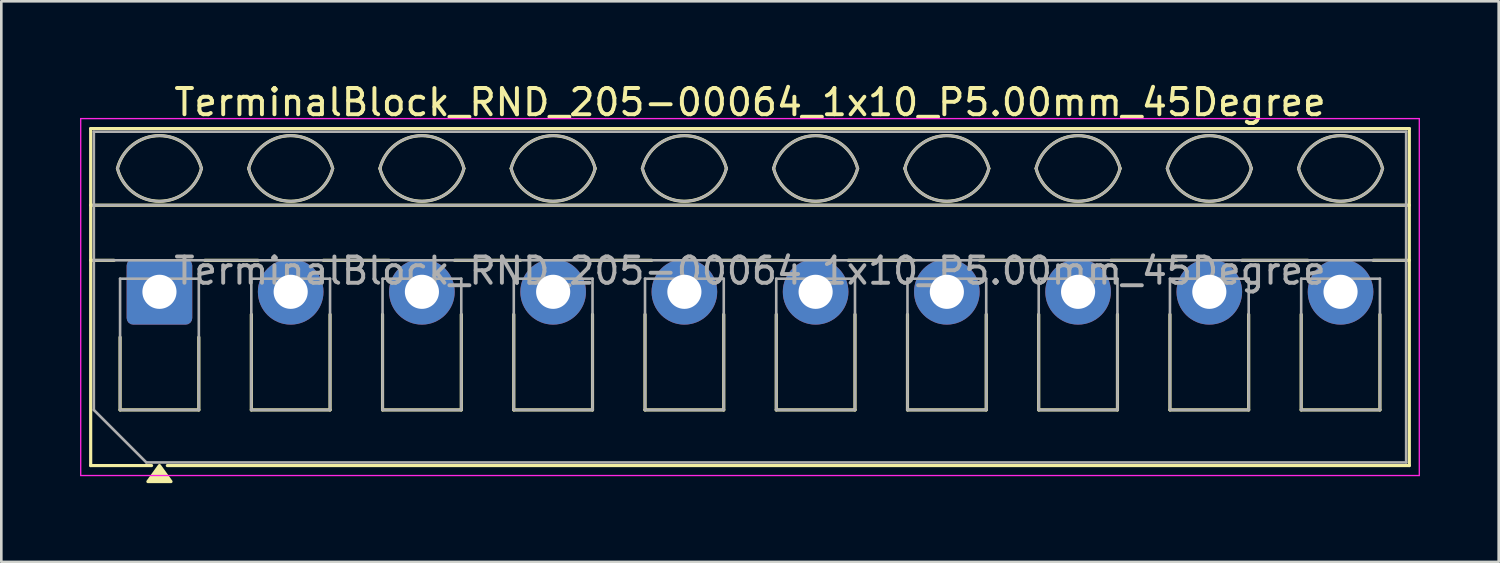
<source format=kicad_pcb>
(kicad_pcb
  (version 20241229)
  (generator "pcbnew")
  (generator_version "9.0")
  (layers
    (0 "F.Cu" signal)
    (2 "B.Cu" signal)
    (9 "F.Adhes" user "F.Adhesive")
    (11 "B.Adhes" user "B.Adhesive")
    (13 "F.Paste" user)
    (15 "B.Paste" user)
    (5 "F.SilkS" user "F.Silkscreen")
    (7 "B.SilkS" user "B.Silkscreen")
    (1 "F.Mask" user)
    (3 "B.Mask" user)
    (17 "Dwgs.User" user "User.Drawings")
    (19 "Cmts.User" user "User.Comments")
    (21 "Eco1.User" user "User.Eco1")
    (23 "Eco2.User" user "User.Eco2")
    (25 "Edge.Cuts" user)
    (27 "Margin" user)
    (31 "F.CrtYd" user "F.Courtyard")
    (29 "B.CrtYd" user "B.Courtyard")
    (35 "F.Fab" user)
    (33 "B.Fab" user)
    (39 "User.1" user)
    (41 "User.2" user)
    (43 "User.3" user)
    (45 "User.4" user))
  (footprint "TerminalBlock_RND_205-00064_1x10_P5.00mm_45Degree"
    (layer "F.Cu")
    (at 3.025 8.068)
    (property "Reference" "TerminalBlock_RND_205-00064_1x10_P5.00mm_45Degree" (at 22.5 -7.22 0) (layer "F.SilkS") (effects (font (size 1 1) (thickness 0.15))))
    (attr through_hole)
    (fp_line (start -2.62 -6.22) (end 47.62 -6.22) (stroke (width 0.12) (type solid)) (layer "F.SilkS"))
    (fp_line (start -2.62 -3.3) (end 47.62 -3.3) (stroke (width 0.12) (type solid)) (layer "F.SilkS"))
    (fp_line (start -2.62 -1.2) (end -1.73 -1.2) (stroke (width 0.12) (type solid)) (layer "F.SilkS"))
    (fp_line (start -2.62 6.62) (end -2.62 -6.22) (stroke (width 0.12) (type solid)) (layer "F.SilkS"))
    (fp_line (start -1.5 4.5) (end -1.5 1.73) (stroke (width 0.12) (type solid)) (layer "F.SilkS"))
    (fp_line (start -0.3 6.62) (end -2.62 6.62) (stroke (width 0.12) (type solid)) (layer "F.SilkS"))
    (fp_line (start 1.5 1.73) (end 1.5 4.5) (stroke (width 0.12) (type solid)) (layer "F.SilkS"))
    (fp_line (start 1.5 4.5) (end -1.5 4.5) (stroke (width 0.12) (type solid)) (layer "F.SilkS"))
    (fp_line (start 1.73 -1.2) (end 3.754 -1.2) (stroke (width 0.12) (type solid)) (layer "F.SilkS"))
    (fp_line (start 3.5 4.5) (end 3.5 0.862) (stroke (width 0.12) (type solid)) (layer "F.SilkS"))
    (fp_line (start 6.246 -1.2) (end 8.754 -1.2) (stroke (width 0.12) (type solid)) (layer "F.SilkS"))
    (fp_line (start 6.5 0.862) (end 6.5 4.5) (stroke (width 0.12) (type solid)) (layer "F.SilkS"))
    (fp_line (start 6.5 4.5) (end 3.5 4.5) (stroke (width 0.12) (type solid)) (layer "F.SilkS"))
    (fp_line (start 8.5 4.5) (end 8.5 0.862) (stroke (width 0.12) (type solid)) (layer "F.SilkS"))
    (fp_line (start 11.246 -1.2) (end 13.754 -1.2) (stroke (width 0.12) (type solid)) (layer "F.SilkS"))
    (fp_line (start 11.5 0.862) (end 11.5 4.5) (stroke (width 0.12) (type solid)) (layer "F.SilkS"))
    (fp_line (start 11.5 4.5) (end 8.5 4.5) (stroke (width 0.12) (type solid)) (layer "F.SilkS"))
    (fp_line (start 13.5 4.5) (end 13.5 0.862) (stroke (width 0.12) (type solid)) (layer "F.SilkS"))
    (fp_line (start 16.246 -1.2) (end 18.754 -1.2) (stroke (width 0.12) (type solid)) (layer "F.SilkS"))
    (fp_line (start 16.5 0.862) (end 16.5 4.5) (stroke (width 0.12) (type solid)) (layer "F.SilkS"))
    (fp_line (start 16.5 4.5) (end 13.5 4.5) (stroke (width 0.12) (type solid)) (layer "F.SilkS"))
    (fp_line (start 18.5 4.5) (end 18.5 0.862) (stroke (width 0.12) (type solid)) (layer "F.SilkS"))
    (fp_line (start 21.246 -1.2) (end 23.754 -1.2) (stroke (width 0.12) (type solid)) (layer "F.SilkS"))
    (fp_line (start 21.5 0.862) (end 21.5 4.5) (stroke (width 0.12) (type solid)) (layer "F.SilkS"))
    (fp_line (start 21.5 4.5) (end 18.5 4.5) (stroke (width 0.12) (type solid)) (layer "F.SilkS"))
    (fp_line (start 23.5 4.5) (end 23.5 0.862) (stroke (width 0.12) (type solid)) (layer "F.SilkS"))
    (fp_line (start 26.246 -1.2) (end 28.754 -1.2) (stroke (width 0.12) (type solid)) (layer "F.SilkS"))
    (fp_line (start 26.5 0.862) (end 26.5 4.5) (stroke (width 0.12) (type solid)) (layer "F.SilkS"))
    (fp_line (start 26.5 4.5) (end 23.5 4.5) (stroke (width 0.12) (type solid)) (layer "F.SilkS"))
    (fp_line (start 28.5 4.5) (end 28.5 0.862) (stroke (width 0.12) (type solid)) (layer "F.SilkS"))
    (fp_line (start 31.246 -1.2) (end 33.754 -1.2) (stroke (width 0.12) (type solid)) (layer "F.SilkS"))
    (fp_line (start 31.5 0.862) (end 31.5 4.5) (stroke (width 0.12) (type solid)) (layer "F.SilkS"))
    (fp_line (start 31.5 4.5) (end 28.5 4.5) (stroke (width 0.12) (type solid)) (layer "F.SilkS"))
    (fp_line (start 33.5 4.5) (end 33.5 0.862) (stroke (width 0.12) (type solid)) (layer "F.SilkS"))
    (fp_line (start 36.246 -1.2) (end 38.754 -1.2) (stroke (width 0.12) (type solid)) (layer "F.SilkS"))
    (fp_line (start 36.5 0.862) (end 36.5 4.5) (stroke (width 0.12) (type solid)) (layer "F.SilkS"))
    (fp_line (start 36.5 4.5) (end 33.5 4.5) (stroke (width 0.12) (type solid)) (layer "F.SilkS"))
    (fp_line (start 38.5 4.5) (end 38.5 0.862) (stroke (width 0.12) (type solid)) (layer "F.SilkS"))
    (fp_line (start 41.246 -1.2) (end 43.754 -1.2) (stroke (width 0.12) (type solid)) (layer "F.SilkS"))
    (fp_line (start 41.5 0.862) (end 41.5 4.5) (stroke (width 0.12) (type solid)) (layer "F.SilkS"))
    (fp_line (start 41.5 4.5) (end 38.5 4.5) (stroke (width 0.12) (type solid)) (layer "F.SilkS"))
    (fp_line (start 43.5 4.5) (end 43.5 0.862) (stroke (width 0.12) (type solid)) (layer "F.SilkS"))
    (fp_line (start 46.246 -1.2) (end 47.62 -1.2) (stroke (width 0.12) (type solid)) (layer "F.SilkS"))
    (fp_line (start 46.5 0.862) (end 46.5 4.5) (stroke (width 0.12) (type solid)) (layer "F.SilkS"))
    (fp_line (start 46.5 4.5) (end 43.5 4.5) (stroke (width 0.12) (type solid)) (layer "F.SilkS"))
    (fp_line (start 47.62 -6.22) (end 47.62 6.62) (stroke (width 0.12) (type solid)) (layer "F.SilkS"))
    (fp_line (start 47.62 6.62) (end 0.3 6.62) (stroke (width 0.12) (type solid)) (layer "F.SilkS"))
    (fp_arc (start -1.6 -4.7) (mid 0 -5.95) (end 1.6 -4.7) (stroke (width 0.12) (type solid)) (layer "F.SilkS"))
    (fp_arc (start 1.6 -4.7) (mid 0 -3.45) (end -1.6 -4.7) (stroke (width 0.12) (type solid)) (layer "F.SilkS"))
    (fp_arc (start 3.4 -4.7) (mid 5 -5.95) (end 6.6 -4.7) (stroke (width 0.12) (type solid)) (layer "F.SilkS"))
    (fp_arc (start 6.6 -4.7) (mid 5 -3.45) (end 3.4 -4.7) (stroke (width 0.12) (type solid)) (layer "F.SilkS"))
    (fp_arc (start 8.4 -4.7) (mid 10 -5.95) (end 11.6 -4.7) (stroke (width 0.12) (type solid)) (layer "F.SilkS"))
    (fp_arc (start 11.6 -4.7) (mid 10 -3.45) (end 8.4 -4.7) (stroke (width 0.12) (type solid)) (layer "F.SilkS"))
    (fp_arc (start 13.4 -4.7) (mid 15 -5.95) (end 16.6 -4.7) (stroke (width 0.12) (type solid)) (layer "F.SilkS"))
    (fp_arc (start 16.6 -4.7) (mid 15 -3.45) (end 13.4 -4.7) (stroke (width 0.12) (type solid)) (layer "F.SilkS"))
    (fp_arc (start 18.4 -4.7) (mid 20 -5.95) (end 21.6 -4.7) (stroke (width 0.12) (type solid)) (layer "F.SilkS"))
    (fp_arc (start 21.6 -4.7) (mid 20 -3.45) (end 18.4 -4.7) (stroke (width 0.12) (type solid)) (layer "F.SilkS"))
    (fp_arc (start 23.4 -4.7) (mid 25 -5.95) (end 26.6 -4.7) (stroke (width 0.12) (type solid)) (layer "F.SilkS"))
    (fp_arc (start 26.6 -4.7) (mid 25 -3.45) (end 23.4 -4.7) (stroke (width 0.12) (type solid)) (layer "F.SilkS"))
    (fp_arc (start 28.4 -4.7) (mid 30 -5.95) (end 31.6 -4.7) (stroke (width 0.12) (type solid)) (layer "F.SilkS"))
    (fp_arc (start 31.6 -4.7) (mid 30 -3.45) (end 28.4 -4.7) (stroke (width 0.12) (type solid)) (layer "F.SilkS"))
    (fp_arc (start 33.4 -4.7) (mid 35 -5.95) (end 36.6 -4.7) (stroke (width 0.12) (type solid)) (layer "F.SilkS"))
    (fp_arc (start 36.6 -4.7) (mid 35 -3.45) (end 33.4 -4.7) (stroke (width 0.12) (type solid)) (layer "F.SilkS"))
    (fp_arc (start 38.4 -4.7) (mid 40 -5.95) (end 41.6 -4.7) (stroke (width 0.12) (type solid)) (layer "F.SilkS"))
    (fp_arc (start 41.6 -4.7) (mid 40 -3.45) (end 38.4 -4.7) (stroke (width 0.12) (type solid)) (layer "F.SilkS"))
    (fp_arc (start 43.4 -4.7) (mid 45 -5.95) (end 46.6 -4.7) (stroke (width 0.12) (type solid)) (layer "F.SilkS"))
    (fp_arc (start 46.6 -4.7) (mid 45 -3.45) (end 43.4 -4.7) (stroke (width 0.12) (type solid)) (layer "F.SilkS"))
    (fp_poly (pts (xy 0 6.62) (xy 0.44 7.23) (xy -0.44 7.23)) (stroke (width 0.12) (type solid)) (fill yes) (layer "F.SilkS"))
    (fp_line (start -3 -6.6) (end -3 7) (stroke (width 0.05) (type solid)) (layer "F.CrtYd"))
    (fp_line (start -3 7) (end 48 7) (stroke (width 0.05) (type solid)) (layer "F.CrtYd"))
    (fp_line (start 48 -6.6) (end -3 -6.6) (stroke (width 0.05) (type solid)) (layer "F.CrtYd"))
    (fp_line (start 48 7) (end 48 -6.6) (stroke (width 0.05) (type solid)) (layer "F.CrtYd"))
    (fp_line (start -2.5 -6.1) (end 47.5 -6.1) (stroke (width 0.1) (type solid)) (layer "F.Fab"))
    (fp_line (start -2.5 -3.3) (end 47.5 -3.3) (stroke (width 0.1) (type solid)) (layer "F.Fab"))
    (fp_line (start -2.5 -1.2) (end 47.5 -1.2) (stroke (width 0.1) (type solid)) (layer "F.Fab"))
    (fp_line (start -2.5 4.5) (end -2.5 -6.1) (stroke (width 0.1) (type solid)) (layer "F.Fab"))
    (fp_line (start -1.5 -0.5) (end -1.5 4.5) (stroke (width 0.1) (type solid)) (layer "F.Fab"))
    (fp_line (start -1.5 4.5) (end 1.5 4.5) (stroke (width 0.1) (type solid)) (layer "F.Fab"))
    (fp_line (start -0.5 6.5) (end -2.5 4.5) (stroke (width 0.1) (type solid)) (layer "F.Fab"))
    (fp_line (start 1.5 -0.5) (end -1.5 -0.5) (stroke (width 0.1) (type solid)) (layer "F.Fab"))
    (fp_line (start 1.5 4.5) (end 1.5 -0.5) (stroke (width 0.1) (type solid)) (layer "F.Fab"))
    (fp_line (start 3.5 -0.5) (end 3.5 4.5) (stroke (width 0.1) (type solid)) (layer "F.Fab"))
    (fp_line (start 3.5 4.5) (end 6.5 4.5) (stroke (width 0.1) (type solid)) (layer "F.Fab"))
    (fp_line (start 6.5 -0.5) (end 3.5 -0.5) (stroke (width 0.1) (type solid)) (layer "F.Fab"))
    (fp_line (start 6.5 4.5) (end 6.5 -0.5) (stroke (width 0.1) (type solid)) (layer "F.Fab"))
    (fp_line (start 8.5 -0.5) (end 8.5 4.5) (stroke (width 0.1) (type solid)) (layer "F.Fab"))
    (fp_line (start 8.5 4.5) (end 11.5 4.5) (stroke (width 0.1) (type solid)) (layer "F.Fab"))
    (fp_line (start 11.5 -0.5) (end 8.5 -0.5) (stroke (width 0.1) (type solid)) (layer "F.Fab"))
    (fp_line (start 11.5 4.5) (end 11.5 -0.5) (stroke (width 0.1) (type solid)) (layer "F.Fab"))
    (fp_line (start 13.5 -0.5) (end 13.5 4.5) (stroke (width 0.1) (type solid)) (layer "F.Fab"))
    (fp_line (start 13.5 4.5) (end 16.5 4.5) (stroke (width 0.1) (type solid)) (layer "F.Fab"))
    (fp_line (start 16.5 -0.5) (end 13.5 -0.5) (stroke (width 0.1) (type solid)) (layer "F.Fab"))
    (fp_line (start 16.5 4.5) (end 16.5 -0.5) (stroke (width 0.1) (type solid)) (layer "F.Fab"))
    (fp_line (start 18.5 -0.5) (end 18.5 4.5) (stroke (width 0.1) (type solid)) (layer "F.Fab"))
    (fp_line (start 18.5 4.5) (end 21.5 4.5) (stroke (width 0.1) (type solid)) (layer "F.Fab"))
    (fp_line (start 21.5 -0.5) (end 18.5 -0.5) (stroke (width 0.1) (type solid)) (layer "F.Fab"))
    (fp_line (start 21.5 4.5) (end 21.5 -0.5) (stroke (width 0.1) (type solid)) (layer "F.Fab"))
    (fp_line (start 23.5 -0.5) (end 23.5 4.5) (stroke (width 0.1) (type solid)) (layer "F.Fab"))
    (fp_line (start 23.5 4.5) (end 26.5 4.5) (stroke (width 0.1) (type solid)) (layer "F.Fab"))
    (fp_line (start 26.5 -0.5) (end 23.5 -0.5) (stroke (width 0.1) (type solid)) (layer "F.Fab"))
    (fp_line (start 26.5 4.5) (end 26.5 -0.5) (stroke (width 0.1) (type solid)) (layer "F.Fab"))
    (fp_line (start 28.5 -0.5) (end 28.5 4.5) (stroke (width 0.1) (type solid)) (layer "F.Fab"))
    (fp_line (start 28.5 4.5) (end 31.5 4.5) (stroke (width 0.1) (type solid)) (layer "F.Fab"))
    (fp_line (start 31.5 -0.5) (end 28.5 -0.5) (stroke (width 0.1) (type solid)) (layer "F.Fab"))
    (fp_line (start 31.5 4.5) (end 31.5 -0.5) (stroke (width 0.1) (type solid)) (layer "F.Fab"))
    (fp_line (start 33.5 -0.5) (end 33.5 4.5) (stroke (width 0.1) (type solid)) (layer "F.Fab"))
    (fp_line (start 33.5 4.5) (end 36.5 4.5) (stroke (width 0.1) (type solid)) (layer "F.Fab"))
    (fp_line (start 36.5 -0.5) (end 33.5 -0.5) (stroke (width 0.1) (type solid)) (layer "F.Fab"))
    (fp_line (start 36.5 4.5) (end 36.5 -0.5) (stroke (width 0.1) (type solid)) (layer "F.Fab"))
    (fp_line (start 38.5 -0.5) (end 38.5 4.5) (stroke (width 0.1) (type solid)) (layer "F.Fab"))
    (fp_line (start 38.5 4.5) (end 41.5 4.5) (stroke (width 0.1) (type solid)) (layer "F.Fab"))
    (fp_line (start 41.5 -0.5) (end 38.5 -0.5) (stroke (width 0.1) (type solid)) (layer "F.Fab"))
    (fp_line (start 41.5 4.5) (end 41.5 -0.5) (stroke (width 0.1) (type solid)) (layer "F.Fab"))
    (fp_line (start 43.5 -0.5) (end 43.5 4.5) (stroke (width 0.1) (type solid)) (layer "F.Fab"))
    (fp_line (start 43.5 4.5) (end 46.5 4.5) (stroke (width 0.1) (type solid)) (layer "F.Fab"))
    (fp_line (start 46.5 -0.5) (end 43.5 -0.5) (stroke (width 0.1) (type solid)) (layer "F.Fab"))
    (fp_line (start 46.5 4.5) (end 46.5 -0.5) (stroke (width 0.1) (type solid)) (layer "F.Fab"))
    (fp_line (start 47.5 -6.1) (end 47.5 6.5) (stroke (width 0.1) (type solid)) (layer "F.Fab"))
    (fp_line (start 47.5 6.5) (end -0.5 6.5) (stroke (width 0.1) (type solid)) (layer "F.Fab"))
    (fp_arc (start -1.6 -4.7) (mid 0 -5.95) (end 1.6 -4.7) (stroke (width 0.1) (type solid)) (layer "F.Fab"))
    (fp_arc (start 1.6 -4.7) (mid 0 -3.45) (end -1.6 -4.7) (stroke (width 0.1) (type solid)) (layer "F.Fab"))
    (fp_arc (start 3.4 -4.7) (mid 5 -5.95) (end 6.6 -4.7) (stroke (width 0.1) (type solid)) (layer "F.Fab"))
    (fp_arc (start 6.6 -4.7) (mid 5 -3.45) (end 3.4 -4.7) (stroke (width 0.1) (type solid)) (layer "F.Fab"))
    (fp_arc (start 8.4 -4.7) (mid 10 -5.95) (end 11.6 -4.7) (stroke (width 0.1) (type solid)) (layer "F.Fab"))
    (fp_arc (start 11.6 -4.7) (mid 10 -3.45) (end 8.4 -4.7) (stroke (width 0.1) (type solid)) (layer "F.Fab"))
    (fp_arc (start 13.4 -4.7) (mid 15 -5.95) (end 16.6 -4.7) (stroke (width 0.1) (type solid)) (layer "F.Fab"))
    (fp_arc (start 16.6 -4.7) (mid 15 -3.45) (end 13.4 -4.7) (stroke (width 0.1) (type solid)) (layer "F.Fab"))
    (fp_arc (start 18.4 -4.7) (mid 20 -5.95) (end 21.6 -4.7) (stroke (width 0.1) (type solid)) (layer "F.Fab"))
    (fp_arc (start 21.6 -4.7) (mid 20 -3.45) (end 18.4 -4.7) (stroke (width 0.1) (type solid)) (layer "F.Fab"))
    (fp_arc (start 23.4 -4.7) (mid 25 -5.95) (end 26.6 -4.7) (stroke (width 0.1) (type solid)) (layer "F.Fab"))
    (fp_arc (start 26.6 -4.7) (mid 25 -3.45) (end 23.4 -4.7) (stroke (width 0.1) (type solid)) (layer "F.Fab"))
    (fp_arc (start 28.4 -4.7) (mid 30 -5.95) (end 31.6 -4.7) (stroke (width 0.1) (type solid)) (layer "F.Fab"))
    (fp_arc (start 31.6 -4.7) (mid 30 -3.45) (end 28.4 -4.7) (stroke (width 0.1) (type solid)) (layer "F.Fab"))
    (fp_arc (start 33.4 -4.7) (mid 35 -5.95) (end 36.6 -4.7) (stroke (width 0.1) (type solid)) (layer "F.Fab"))
    (fp_arc (start 36.6 -4.7) (mid 35 -3.45) (end 33.4 -4.7) (stroke (width 0.1) (type solid)) (layer "F.Fab"))
    (fp_arc (start 38.4 -4.7) (mid 40 -5.95) (end 41.6 -4.7) (stroke (width 0.1) (type solid)) (layer "F.Fab"))
    (fp_arc (start 41.6 -4.7) (mid 40 -3.45) (end 38.4 -4.7) (stroke (width 0.1) (type solid)) (layer "F.Fab"))
    (fp_arc (start 43.4 -4.7) (mid 45 -5.95) (end 46.6 -4.7) (stroke (width 0.1) (type solid)) (layer "F.Fab"))
    (fp_arc (start 46.6 -4.7) (mid 45 -3.45) (end 43.4 -4.7) (stroke (width 0.1) (type solid)) (layer "F.Fab"))
    (fp_text user "${REFERENCE}" (at 22.5 -0.8 0) (layer "F.Fab") (effects (font (size 1 1) (thickness 0.15))))
    (pad "1" thru_hole roundrect (at 0 0) (size 2.5 2.5) (drill 1.3) (layers "*.Cu" "*.Mask") (roundrect_rratio 0.1))
    (pad "2" thru_hole circle (at 5 0) (size 2.5 2.5) (drill 1.3) (layers "*.Cu" "*.Mask"))
    (pad "3" thru_hole circle (at 10 0) (size 2.5 2.5) (drill 1.3) (layers "*.Cu" "*.Mask"))
    (pad "4" thru_hole circle (at 15 0) (size 2.5 2.5) (drill 1.3) (layers "*.Cu" "*.Mask"))
    (pad "5" thru_hole circle (at 20 0) (size 2.5 2.5) (drill 1.3) (layers "*.Cu" "*.Mask"))
    (pad "6" thru_hole circle (at 25 0) (size 2.5 2.5) (drill 1.3) (layers "*.Cu" "*.Mask"))
    (pad "7" thru_hole circle (at 30 0) (size 2.5 2.5) (drill 1.3) (layers "*.Cu" "*.Mask"))
    (pad "8" thru_hole circle (at 35 0) (size 2.5 2.5) (drill 1.3) (layers "*.Cu" "*.Mask"))
    (pad "9" thru_hole circle (at 40 0) (size 2.5 2.5) (drill 1.3) (layers "*.Cu" "*.Mask"))
    (pad "10" thru_hole circle (at 45 0) (size 2.5 2.5) (drill 1.3) (layers "*.Cu" "*.Mask")))
  (gr_rect
    (start -3 -3)
    (end 54.05 18.358)
    (stroke (width 0.1) (type default))
    (fill no)
    (layer "Edge.Cuts")))
</source>
